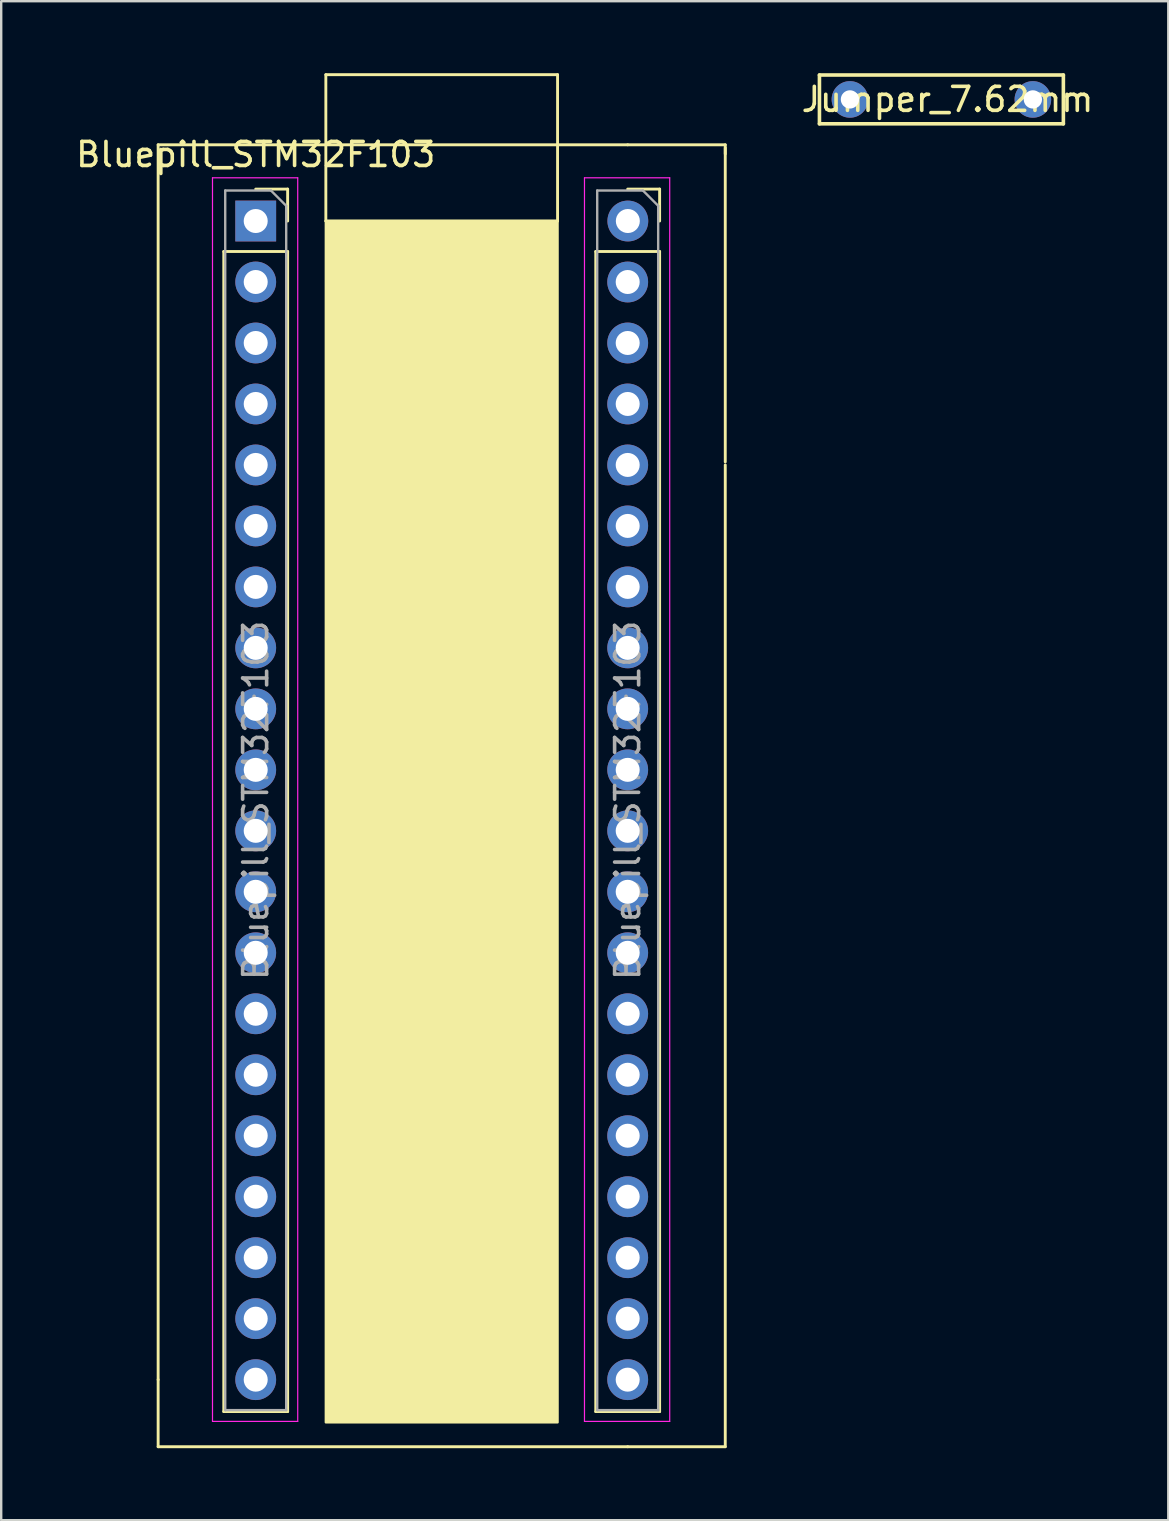
<source format=kicad_pcb>
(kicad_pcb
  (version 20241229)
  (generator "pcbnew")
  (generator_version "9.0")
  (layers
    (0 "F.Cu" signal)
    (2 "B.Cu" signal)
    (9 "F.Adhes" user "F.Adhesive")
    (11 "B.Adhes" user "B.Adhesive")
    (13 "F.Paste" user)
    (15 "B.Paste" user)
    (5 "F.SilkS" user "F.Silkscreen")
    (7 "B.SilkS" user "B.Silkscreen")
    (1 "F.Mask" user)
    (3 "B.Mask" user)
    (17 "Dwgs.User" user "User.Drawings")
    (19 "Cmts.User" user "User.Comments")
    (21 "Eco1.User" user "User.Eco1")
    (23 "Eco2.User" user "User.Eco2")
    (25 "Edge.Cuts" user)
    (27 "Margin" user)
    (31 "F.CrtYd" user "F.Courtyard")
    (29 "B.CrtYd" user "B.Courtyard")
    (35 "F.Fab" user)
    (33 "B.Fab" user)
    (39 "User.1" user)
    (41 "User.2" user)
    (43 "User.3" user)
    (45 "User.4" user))
  (footprint "Bluepill_STM32F103"
    (layer "F.Cu")
    (at 15.094 30.286)
    (property "Reference" "Bluepill_STM32F103" (at -7.493 -26.9 0) (layer "F.SilkS") (effects (font (size 1 1) (thickness 0.15))))
    (attr through_hole)
    (fp_line (start -11.557 24.13) (end -11.557 -27.305) (stroke (width 0.12) (type solid)) (layer "F.SilkS"))
    (fp_line (start -11.557 24.13) (end -11.557 26.924) (stroke (width 0.12) (type solid)) (layer "F.SilkS"))
    (fp_line (start -8.823 -22.86) (end -8.823 25.46) (stroke (width 0.12) (type solid)) (layer "F.SilkS"))
    (fp_line (start -8.823 -22.86) (end -6.163 -22.86) (stroke (width 0.12) (type solid)) (layer "F.SilkS"))
    (fp_line (start -8.823 25.46) (end -6.163 25.46) (stroke (width 0.12) (type solid)) (layer "F.SilkS"))
    (fp_line (start -7.493 -25.46) (end -6.163 -25.46) (stroke (width 0.12) (type solid)) (layer "F.SilkS"))
    (fp_line (start -6.163 -25.46) (end -6.163 -24.13) (stroke (width 0.12) (type solid)) (layer "F.SilkS"))
    (fp_line (start -6.163 -22.86) (end -6.163 25.46) (stroke (width 0.12) (type solid)) (layer "F.SilkS"))
    (fp_line (start -4.572 -24.13) (end -4.572 -30.226) (stroke (width 0.12) (type solid)) (layer "F.SilkS"))
    (fp_line (start -4.572 -24.13) (end 5.08 -24.13) (stroke (width 0.12) (type solid)) (layer "F.SilkS"))
    (fp_line (start 5.08 -30.226) (end -4.572 -30.226) (stroke (width 0.12) (type solid)) (layer "F.SilkS"))
    (fp_line (start 5.08 -24.13) (end 5.08 -30.226) (stroke (width 0.12) (type solid)) (layer "F.SilkS"))
    (fp_line (start 6.671 -22.86) (end 6.671 25.46) (stroke (width 0.12) (type solid)) (layer "F.SilkS"))
    (fp_line (start 6.671 -22.86) (end 9.331 -22.86) (stroke (width 0.12) (type solid)) (layer "F.SilkS"))
    (fp_line (start 6.671 25.46) (end 9.331 25.46) (stroke (width 0.12) (type solid)) (layer "F.SilkS"))
    (fp_line (start 8.001 -27.305) (end -11.557 -27.305) (stroke (width 0.12) (type solid)) (layer "F.SilkS"))
    (fp_line (start 8.001 -27.305) (end 12.065 -27.305) (stroke (width 0.12) (type solid)) (layer "F.SilkS"))
    (fp_line (start 8.001 -25.46) (end 9.331 -25.46) (stroke (width 0.12) (type solid)) (layer "F.SilkS"))
    (fp_line (start 8.001 26.924) (end -11.557 26.924) (stroke (width 0.12) (type solid)) (layer "F.SilkS"))
    (fp_line (start 8.001 26.924) (end 12.065 26.924) (stroke (width 0.12) (type solid)) (layer "F.SilkS"))
    (fp_line (start 9.331 -25.46) (end 9.331 -24.13) (stroke (width 0.12) (type solid)) (layer "F.SilkS"))
    (fp_line (start 9.331 -22.86) (end 9.331 25.46) (stroke (width 0.12) (type solid)) (layer "F.SilkS"))
    (fp_line (start 12.065 -27.305) (end 12.065 -26.924) (stroke (width 0.12) (type solid)) (layer "F.SilkS"))
    (fp_line (start 12.065 -14.097) (end 12.065 -27.178) (stroke (width 0.12) (type solid)) (layer "F.SilkS"))
    (fp_line (start 12.065 -13.97) (end 12.065 26.924) (stroke (width 0.12) (type solid)) (layer "F.SilkS"))
    (fp_poly (pts (xy 5.08 25.908) (xy -4.572 25.908) (xy -4.572 -24.13) (xy 5.08 -24.13)) (stroke (width 0.1) (type solid)) (fill yes) (layer "F.SilkS"))
    (fp_line (start -9.293 -25.93) (end -5.743 -25.93) (stroke (width 0.05) (type solid)) (layer "F.CrtYd"))
    (fp_line (start -9.293 25.87) (end -9.293 -25.93) (stroke (width 0.05) (type solid)) (layer "F.CrtYd"))
    (fp_line (start -5.743 -25.93) (end -5.743 25.87) (stroke (width 0.05) (type solid)) (layer "F.CrtYd"))
    (fp_line (start -5.743 25.87) (end -9.293 25.87) (stroke (width 0.05) (type solid)) (layer "F.CrtYd"))
    (fp_line (start 6.201 -25.93) (end 9.751 -25.93) (stroke (width 0.05) (type solid)) (layer "F.CrtYd"))
    (fp_line (start 6.201 25.87) (end 6.201 -25.93) (stroke (width 0.05) (type solid)) (layer "F.CrtYd"))
    (fp_line (start 9.751 -25.93) (end 9.751 25.87) (stroke (width 0.05) (type solid)) (layer "F.CrtYd"))
    (fp_line (start 9.751 25.87) (end 6.201 25.87) (stroke (width 0.05) (type solid)) (layer "F.CrtYd"))
    (fp_line (start -8.763 -25.4) (end -6.858 -25.4) (stroke (width 0.1) (type solid)) (layer "F.Fab"))
    (fp_line (start -8.763 25.4) (end -8.763 -25.4) (stroke (width 0.1) (type solid)) (layer "F.Fab"))
    (fp_line (start -6.858 -25.4) (end -6.223 -24.765) (stroke (width 0.1) (type solid)) (layer "F.Fab"))
    (fp_line (start -6.223 -24.765) (end -6.223 25.4) (stroke (width 0.1) (type solid)) (layer "F.Fab"))
    (fp_line (start -6.223 25.4) (end -8.763 25.4) (stroke (width 0.1) (type solid)) (layer "F.Fab"))
    (fp_line (start 6.731 -25.4) (end 8.636 -25.4) (stroke (width 0.1) (type solid)) (layer "F.Fab"))
    (fp_line (start 6.731 25.4) (end 6.731 -25.4) (stroke (width 0.1) (type solid)) (layer "F.Fab"))
    (fp_line (start 8.636 -25.4) (end 9.271 -24.765) (stroke (width 0.1) (type solid)) (layer "F.Fab"))
    (fp_line (start 9.271 -24.765) (end 9.271 25.4) (stroke (width 0.1) (type solid)) (layer "F.Fab"))
    (fp_line (start 9.271 25.4) (end 6.731 25.4) (stroke (width 0.1) (type solid)) (layer "F.Fab"))
    (fp_text user "${REFERENCE}" (at 8.001 0 90) (layer "F.Fab") (effects (font (size 1 1) (thickness 0.15))))
    (fp_text user "${REFERENCE}" (at -7.493 0 90) (layer "F.Fab") (effects (font (size 1 1) (thickness 0.15))))
    (pad "1" thru_hole rect (at -7.493 -24.13) (size 1.7 1.7) (drill 1) (layers "*.Cu" "*.Mask"))
    (pad "2" thru_hole oval (at -7.493 -21.59) (size 1.7 1.7) (drill 1) (layers "*.Cu" "*.Mask"))
    (pad "3" thru_hole oval (at -7.493 -19.05) (size 1.7 1.7) (drill 1) (layers "*.Cu" "*.Mask"))
    (pad "4" thru_hole oval (at -7.493 -16.51) (size 1.7 1.7) (drill 1) (layers "*.Cu" "*.Mask"))
    (pad "5" thru_hole oval (at -7.493 -13.97) (size 1.7 1.7) (drill 1) (layers "*.Cu" "*.Mask"))
    (pad "6" thru_hole oval (at -7.493 -11.43) (size 1.7 1.7) (drill 1) (layers "*.Cu" "*.Mask"))
    (pad "7" thru_hole oval (at -7.493 -8.89) (size 1.7 1.7) (drill 1) (layers "*.Cu" "*.Mask"))
    (pad "8" thru_hole oval (at -7.493 -6.35) (size 1.7 1.7) (drill 1) (layers "*.Cu" "*.Mask"))
    (pad "9" thru_hole oval (at -7.493 -3.81) (size 1.7 1.7) (drill 1) (layers "*.Cu" "*.Mask"))
    (pad "10" thru_hole oval (at -7.493 -1.27) (size 1.7 1.7) (drill 1) (layers "*.Cu" "*.Mask"))
    (pad "11" thru_hole oval (at -7.493 1.27) (size 1.7 1.7) (drill 1) (layers "*.Cu" "*.Mask"))
    (pad "12" thru_hole oval (at -7.493 3.81) (size 1.7 1.7) (drill 1) (layers "*.Cu" "*.Mask"))
    (pad "13" thru_hole oval (at -7.493 6.35) (size 1.7 1.7) (drill 1) (layers "*.Cu" "*.Mask"))
    (pad "14" thru_hole oval (at -7.493 8.89) (size 1.7 1.7) (drill 1) (layers "*.Cu" "*.Mask"))
    (pad "15" thru_hole oval (at -7.493 11.43) (size 1.7 1.7) (drill 1) (layers "*.Cu" "*.Mask"))
    (pad "16" thru_hole oval (at -7.493 13.97) (size 1.7 1.7) (drill 1) (layers "*.Cu" "*.Mask"))
    (pad "17" thru_hole oval (at -7.493 16.51) (size 1.7 1.7) (drill 1) (layers "*.Cu" "*.Mask"))
    (pad "18" thru_hole oval (at -7.493 19.05) (size 1.7 1.7) (drill 1) (layers "*.Cu" "*.Mask"))
    (pad "19" thru_hole oval (at -7.493 21.59) (size 1.7 1.7) (drill 1) (layers "*.Cu" "*.Mask"))
    (pad "20" thru_hole oval (at -7.493 24.13) (size 1.7 1.7) (drill 1) (layers "*.Cu" "*.Mask"))
    (pad "21" thru_hole oval (at 8.001 24.13) (size 1.7 1.7) (drill 1) (layers "*.Cu" "*.Mask"))
    (pad "22" thru_hole oval (at 8.001 21.59) (size 1.7 1.7) (drill 1) (layers "*.Cu" "*.Mask"))
    (pad "23" thru_hole oval (at 8.001 19.05) (size 1.7 1.7) (drill 1) (layers "*.Cu" "*.Mask"))
    (pad "24" thru_hole oval (at 8.001 16.51) (size 1.7 1.7) (drill 1) (layers "*.Cu" "*.Mask"))
    (pad "25" thru_hole oval (at 8.001 13.97) (size 1.7 1.7) (drill 1) (layers "*.Cu" "*.Mask"))
    (pad "26" thru_hole oval (at 8.001 11.43) (size 1.7 1.7) (drill 1) (layers "*.Cu" "*.Mask"))
    (pad "27" thru_hole oval (at 8.001 8.89) (size 1.7 1.7) (drill 1) (layers "*.Cu" "*.Mask"))
    (pad "28" thru_hole oval (at 8.001 6.35) (size 1.7 1.7) (drill 1) (layers "*.Cu" "*.Mask"))
    (pad "29" thru_hole oval (at 8.001 3.81) (size 1.7 1.7) (drill 1) (layers "*.Cu" "*.Mask"))
    (pad "30" thru_hole oval (at 8.001 1.27) (size 1.7 1.7) (drill 1) (layers "*.Cu" "*.Mask"))
    (pad "31" thru_hole oval (at 8.001 -1.27) (size 1.7 1.7) (drill 1) (layers "*.Cu" "*.Mask"))
    (pad "32" thru_hole oval (at 8.001 -3.81) (size 1.7 1.7) (drill 1) (layers "*.Cu" "*.Mask"))
    (pad "33" thru_hole oval (at 8.001 -6.35) (size 1.7 1.7) (drill 1) (layers "*.Cu" "*.Mask"))
    (pad "34" thru_hole oval (at 8.001 -8.89) (size 1.7 1.7) (drill 1) (layers "*.Cu" "*.Mask"))
    (pad "35" thru_hole oval (at 8.001 -11.43) (size 1.7 1.7) (drill 1) (layers "*.Cu" "*.Mask"))
    (pad "36" thru_hole oval (at 8.001 -13.97) (size 1.7 1.7) (drill 1) (layers "*.Cu" "*.Mask"))
    (pad "37" thru_hole oval (at 8.001 -16.51) (size 1.7 1.7) (drill 1) (layers "*.Cu" "*.Mask"))
    (pad "38" thru_hole oval (at 8.001 -19.05) (size 1.7 1.7) (drill 1) (layers "*.Cu" "*.Mask"))
    (pad "39" thru_hole oval (at 8.001 -21.59) (size 1.7 1.7) (drill 1) (layers "*.Cu" "*.Mask"))
    (pad "40" thru_hole circle (at 8.007 -24.13) (size 1.7 1.7) (drill 1) (layers "*.Cu" "*.Mask")))
  (footprint "Jumper_7.62mm"
    (layer "F.Cu")
    (at 36.162 1.091)
    (property "Reference" "Jumper_7.62mm" (at 0.254 0 0) (layer "F.SilkS") (effects (font (size 1 1) (thickness 0.15))))
    (attr through_hole)
    (fp_line (start -5.08 -1.016) (end -5.08 1.016) (stroke (width 0.15) (type solid)) (layer "F.SilkS"))
    (fp_line (start -5.08 1.016) (end 5.08 1.016) (stroke (width 0.15) (type solid)) (layer "F.SilkS"))
    (fp_line (start 5.08 -1.016) (end -5.08 -1.016) (stroke (width 0.15) (type solid)) (layer "F.SilkS"))
    (fp_line (start 5.08 1.016) (end 5.08 -1.016) (stroke (width 0.15) (type solid)) (layer "F.SilkS"))
    (pad "1" thru_hole circle (at -3.81 0) (size 1.524 1.524) (drill 0.762) (layers "*.Cu" "*.Mask"))
    (pad "2" thru_hole circle (at 3.81 0) (size 1.524 1.524) (drill 0.762) (layers "*.Cu" "*.Mask")))
  (gr_rect
    (start -3 -3)
    (end 45.612 60.27)
    (stroke (width 0.1) (type default))
    (fill no)
    (layer "Edge.Cuts")))
</source>
